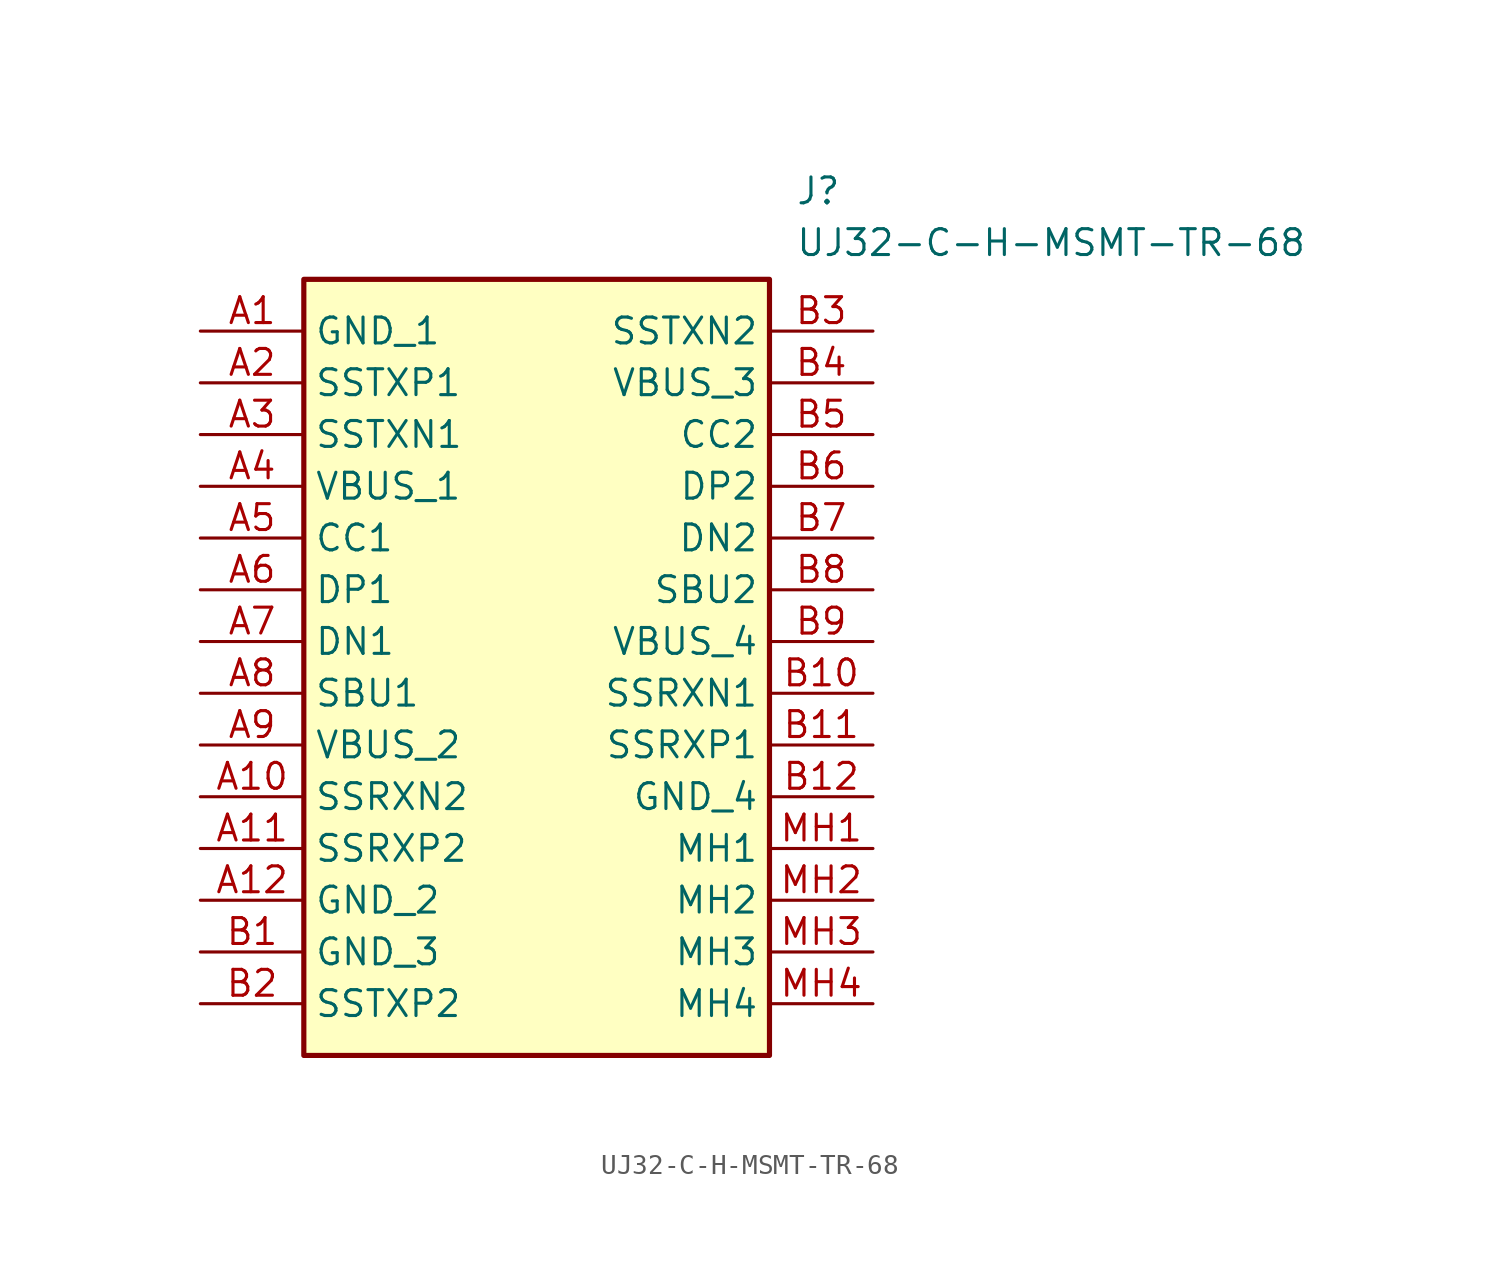
<source format=kicad_sym>
(kicad_symbol_lib
  (version 20220914)
  (generator kicad_symbol_editor)
  (symbol "UJ32-C-H-MSMT-TR-68"
    (property "Reference" "J"
      (at 29.21 7.62 0)
      (effects (font (size 1.27 1.27)) (justify left top)))
    (property "Value" "UJ32-C-H-MSMT-TR-68"
      (at 29.21 5.08 0)
      (effects (font (size 1.27 1.27)) (justify left top)))
    (symbol "UJ32-C-H-MSMT-TR-68_1_1"
      (rectangle (start 5.08 2.54) (end 27.94 -35.56) (stroke (width 0.254) (type default)) (fill (type background)))
      (pin passive line (at 0 0 0) (length 5.08) (name "GND_1" (effects (font (size 1.27 1.27)))) (number "A1" (effects (font (size 1.27 1.27)))))
      (pin passive line (at 0 -22.86 0) (length 5.08) (name "SSRXN2" (effects (font (size 1.27 1.27)))) (number "A10" (effects (font (size 1.27 1.27)))))
      (pin passive line (at 0 -25.4 0) (length 5.08) (name "SSRXP2" (effects (font (size 1.27 1.27)))) (number "A11" (effects (font (size 1.27 1.27)))))
      (pin passive line (at 0 -27.94 0) (length 5.08) (name "GND_2" (effects (font (size 1.27 1.27)))) (number "A12" (effects (font (size 1.27 1.27)))))
      (pin passive line (at 0 -2.54 0) (length 5.08) (name "SSTXP1" (effects (font (size 1.27 1.27)))) (number "A2" (effects (font (size 1.27 1.27)))))
      (pin passive line (at 0 -5.08 0) (length 5.08) (name "SSTXN1" (effects (font (size 1.27 1.27)))) (number "A3" (effects (font (size 1.27 1.27)))))
      (pin passive line (at 0 -7.62 0) (length 5.08) (name "VBUS_1" (effects (font (size 1.27 1.27)))) (number "A4" (effects (font (size 1.27 1.27)))))
      (pin passive line (at 0 -10.16 0) (length 5.08) (name "CC1" (effects (font (size 1.27 1.27)))) (number "A5" (effects (font (size 1.27 1.27)))))
      (pin passive line (at 0 -12.7 0) (length 5.08) (name "DP1" (effects (font (size 1.27 1.27)))) (number "A6" (effects (font (size 1.27 1.27)))))
      (pin passive line (at 0 -15.24 0) (length 5.08) (name "DN1" (effects (font (size 1.27 1.27)))) (number "A7" (effects (font (size 1.27 1.27)))))
      (pin passive line (at 0 -17.78 0) (length 5.08) (name "SBU1" (effects (font (size 1.27 1.27)))) (number "A8" (effects (font (size 1.27 1.27)))))
      (pin passive line (at 0 -20.32 0) (length 5.08) (name "VBUS_2" (effects (font (size 1.27 1.27)))) (number "A9" (effects (font (size 1.27 1.27)))))
      (pin passive line (at 0 -30.48 0) (length 5.08) (name "GND_3" (effects (font (size 1.27 1.27)))) (number "B1" (effects (font (size 1.27 1.27)))))
      (pin passive line (at 33.02 -17.78 180) (length 5.08) (name "SSRXN1" (effects (font (size 1.27 1.27)))) (number "B10" (effects (font (size 1.27 1.27)))))
      (pin passive line (at 33.02 -20.32 180) (length 5.08) (name "SSRXP1" (effects (font (size 1.27 1.27)))) (number "B11" (effects (font (size 1.27 1.27)))))
      (pin passive line (at 33.02 -22.86 180) (length 5.08) (name "GND_4" (effects (font (size 1.27 1.27)))) (number "B12" (effects (font (size 1.27 1.27)))))
      (pin passive line (at 0 -33.02 0) (length 5.08) (name "SSTXP2" (effects (font (size 1.27 1.27)))) (number "B2" (effects (font (size 1.27 1.27)))))
      (pin passive line (at 33.02 0 180) (length 5.08) (name "SSTXN2" (effects (font (size 1.27 1.27)))) (number "B3" (effects (font (size 1.27 1.27)))))
      (pin passive line (at 33.02 -2.54 180) (length 5.08) (name "VBUS_3" (effects (font (size 1.27 1.27)))) (number "B4" (effects (font (size 1.27 1.27)))))
      (pin passive line (at 33.02 -5.08 180) (length 5.08) (name "CC2" (effects (font (size 1.27 1.27)))) (number "B5" (effects (font (size 1.27 1.27)))))
      (pin passive line (at 33.02 -7.62 180) (length 5.08) (name "DP2" (effects (font (size 1.27 1.27)))) (number "B6" (effects (font (size 1.27 1.27)))))
      (pin passive line (at 33.02 -10.16 180) (length 5.08) (name "DN2" (effects (font (size 1.27 1.27)))) (number "B7" (effects (font (size 1.27 1.27)))))
      (pin passive line (at 33.02 -12.7 180) (length 5.08) (name "SBU2" (effects (font (size 1.27 1.27)))) (number "B8" (effects (font (size 1.27 1.27)))))
      (pin passive line (at 33.02 -15.24 180) (length 5.08) (name "VBUS_4" (effects (font (size 1.27 1.27)))) (number "B9" (effects (font (size 1.27 1.27)))))
      (pin passive line (at 33.02 -25.4 180) (length 5.08) (name "MH1" (effects (font (size 1.27 1.27)))) (number "MH1" (effects (font (size 1.27 1.27)))))
      (pin passive line (at 33.02 -27.94 180) (length 5.08) (name "MH2" (effects (font (size 1.27 1.27)))) (number "MH2" (effects (font (size 1.27 1.27)))))
      (pin passive line (at 33.02 -30.48 180) (length 5.08) (name "MH3" (effects (font (size 1.27 1.27)))) (number "MH3" (effects (font (size 1.27 1.27)))))
      (pin passive line (at 33.02 -33.02 180) (length 5.08) (name "MH4" (effects (font (size 1.27 1.27)))) (number "MH4" (effects (font (size 1.27 1.27))))))))
</source>
